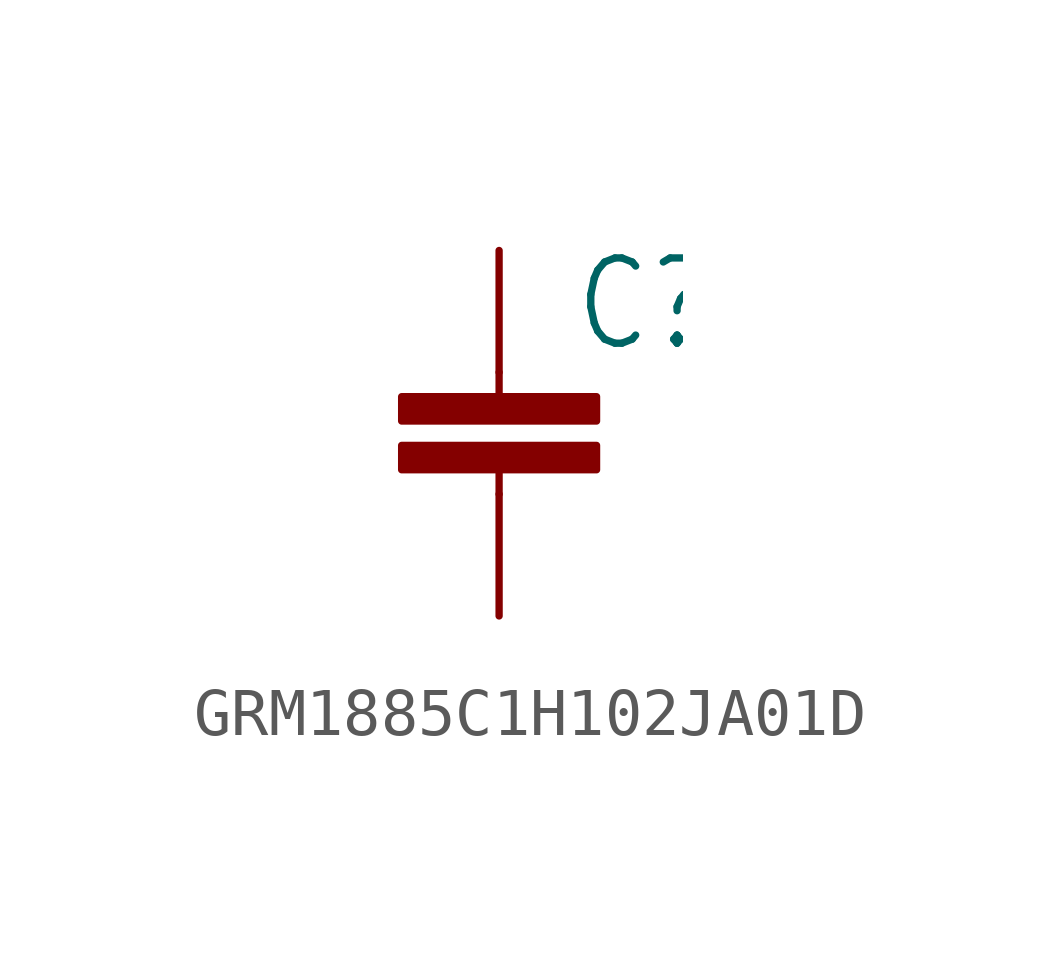
<source format=kicad_sym>
(kicad_symbol_lib
  (version 20220914)
  (generator kicad_symbol_editor)
  (symbol "GRM1885C1H102JA01D"
    (property "Reference" "C"
      (at 1.524 0.381 0)
      (effects (font (size 1.778 1.511)) (justify left bottom)))
    (property "Value" ""
      (at 1.524 -4.699 0)
      (effects (font (size 1.778 1.511)) (justify left bottom)))
    (property "ki_locked" ""
      (at 0 0 0)
      (effects (font (size 1.27 1.27))))
    (symbol "GRM1885C1H102JA01D_1_0"
      (rectangle (start -2.032 -2.032) (end 2.032 -1.524) (stroke (width 0) (type default)) (fill (type outline)))
      (rectangle (start -2.032 -1.016) (end 2.032 -0.508) (stroke (width 0) (type default)) (fill (type outline)))
      (polyline (pts (xy 0 -2.54) (xy 0 -2.032)) (stroke (width 0.152) (type solid)) (fill (type none)))
      (polyline (pts (xy 0 0) (xy 0 -0.508)) (stroke (width 0.152) (type solid)) (fill (type none)))
      (pin passive line (at 0 2.54 270) (length 2.54) (name "1" (effects (font (size 0 0)))) (number "L" (effects (font (size 0 0)))))
      (pin passive line (at 0 -5.08 90) (length 2.54) (name "2" (effects (font (size 0 0)))) (number "R" (effects (font (size 0 0))))))))
</source>
